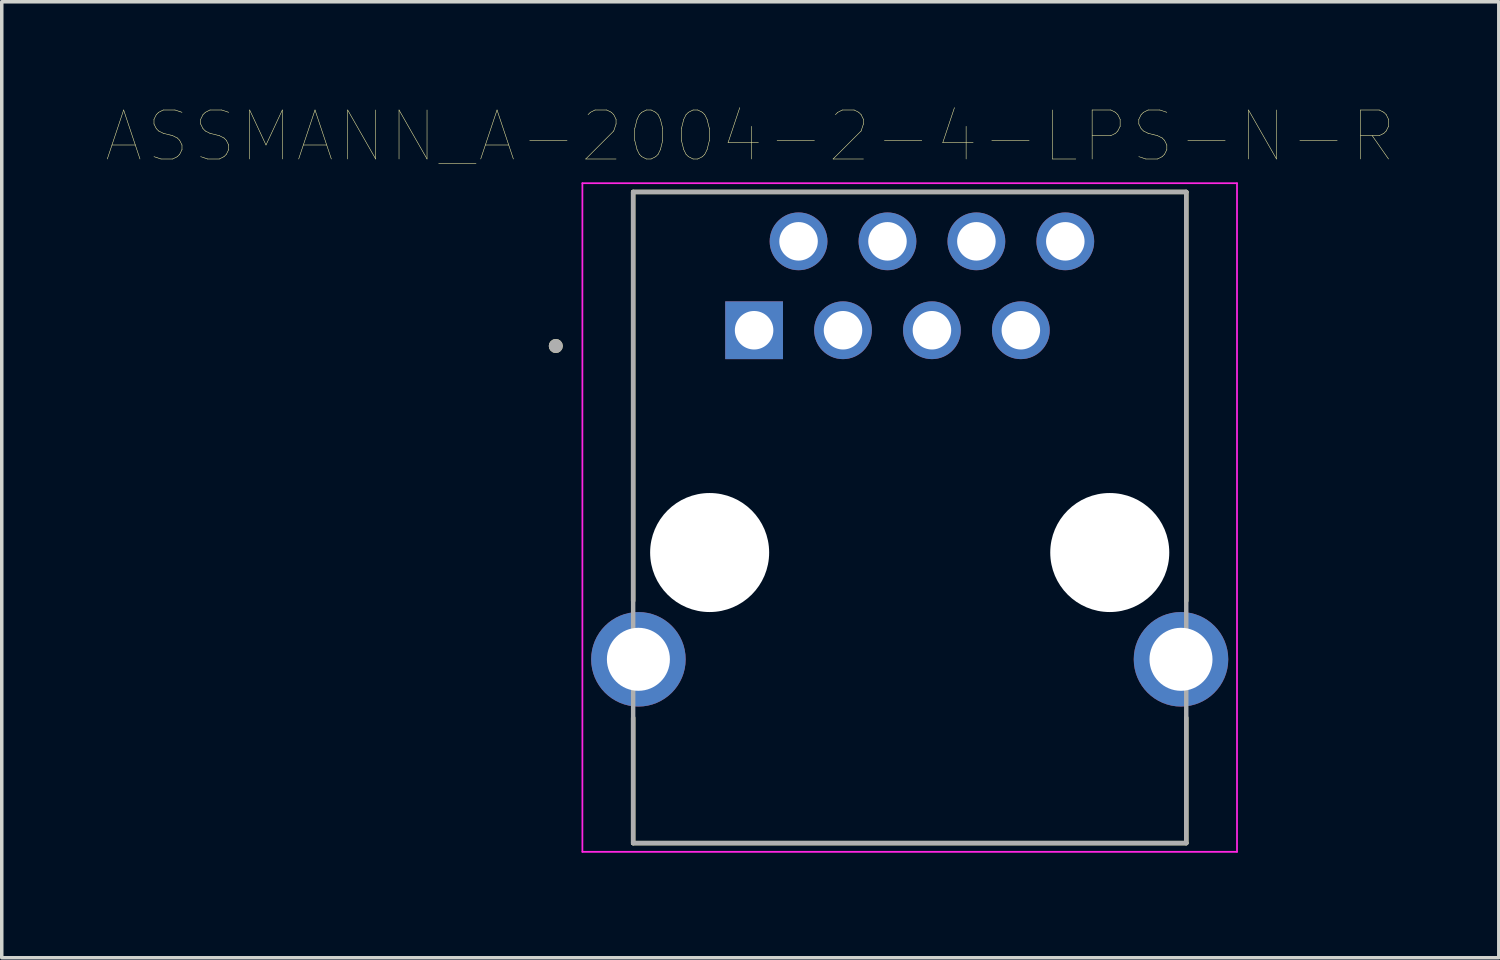
<source format=kicad_pcb>
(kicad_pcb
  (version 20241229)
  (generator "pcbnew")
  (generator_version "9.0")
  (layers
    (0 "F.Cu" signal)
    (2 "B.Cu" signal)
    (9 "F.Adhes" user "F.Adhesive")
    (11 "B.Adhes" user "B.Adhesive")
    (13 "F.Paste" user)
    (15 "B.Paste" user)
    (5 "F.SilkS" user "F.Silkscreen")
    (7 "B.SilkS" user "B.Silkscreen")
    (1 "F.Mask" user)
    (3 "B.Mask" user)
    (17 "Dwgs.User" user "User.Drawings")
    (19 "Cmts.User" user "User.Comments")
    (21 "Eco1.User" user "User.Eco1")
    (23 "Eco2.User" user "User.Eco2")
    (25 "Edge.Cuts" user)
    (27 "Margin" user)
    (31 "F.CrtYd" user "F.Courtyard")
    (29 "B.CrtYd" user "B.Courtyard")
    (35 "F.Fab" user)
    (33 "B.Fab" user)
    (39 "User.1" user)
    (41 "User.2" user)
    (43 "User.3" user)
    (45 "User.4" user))
  (footprint "ASSMANN_A-2004-2-4-LPS-N-R"
    (layer "F.Cu")
    (at 22.937 12.734)
    (property "Reference" "ASSMANN_A-2004-2-4-LPS-N-R" (at -4.555 -11.889 0) (layer "F.SilkS") (effects (font (size 1.4 1.4) (thickness 0.015))))
    (attr through_hole)
    (fp_line (start -7.9 -10.3) (end 7.9 -10.3) (stroke (width 0.127) (type solid)) (layer "F.SilkS"))
    (fp_line (start -7.9 1.38) (end -7.9 -10.3) (stroke (width 0.127) (type solid)) (layer "F.SilkS"))
    (fp_line (start -7.9 8.3) (end -7.9 4.72) (stroke (width 0.127) (type solid)) (layer "F.SilkS"))
    (fp_line (start 7.9 -10.3) (end 7.9 1.38) (stroke (width 0.127) (type solid)) (layer "F.SilkS"))
    (fp_line (start 7.9 4.72) (end 7.9 8.3) (stroke (width 0.127) (type solid)) (layer "F.SilkS"))
    (fp_line (start 7.9 8.3) (end -7.9 8.3) (stroke (width 0.127) (type solid)) (layer "F.SilkS"))
    (fp_circle (center -10.11 -5.9) (end -10.01 -5.9) (stroke (width 0.2) (type solid)) (fill no) (layer "F.SilkS"))
    (fp_line (start -9.35 -10.55) (end -9.35 8.55) (stroke (width 0.05) (type solid)) (layer "F.CrtYd"))
    (fp_line (start -9.35 8.55) (end 9.35 8.55) (stroke (width 0.05) (type solid)) (layer "F.CrtYd"))
    (fp_line (start 9.35 -10.55) (end -9.35 -10.55) (stroke (width 0.05) (type solid)) (layer "F.CrtYd"))
    (fp_line (start 9.35 8.55) (end 9.35 -10.55) (stroke (width 0.05) (type solid)) (layer "F.CrtYd"))
    (fp_line (start -7.9 -10.3) (end 7.9 -10.3) (stroke (width 0.127) (type solid)) (layer "F.Fab"))
    (fp_line (start -7.9 8.3) (end -7.9 -10.3) (stroke (width 0.127) (type solid)) (layer "F.Fab"))
    (fp_line (start 7.9 -10.3) (end 7.9 8.3) (stroke (width 0.127) (type solid)) (layer "F.Fab"))
    (fp_line (start 7.9 8.3) (end -7.9 8.3) (stroke (width 0.127) (type solid)) (layer "F.Fab"))
    (fp_circle (center -10.11 -5.9) (end -10.01 -5.9) (stroke (width 0.2) (type solid)) (fill no) (layer "F.Fab"))
    (pad "" np_thru_hole circle (at -5.715 0) (size 3.4 3.4) (drill 3.4) (layers "*.Cu" "*.Mask"))
    (pad "" np_thru_hole circle (at 5.715 0) (size 3.4 3.4) (drill 3.4) (layers "*.Cu" "*.Mask"))
    (pad "1" thru_hole rect (at -4.445 -6.35) (size 1.65 1.65) (drill 1.1) (layers "*.Cu" "*.Mask"))
    (pad "2" thru_hole circle (at -3.175 -8.89) (size 1.65 1.65) (drill 1.1) (layers "*.Cu" "*.Mask"))
    (pad "3" thru_hole circle (at -1.905 -6.35) (size 1.65 1.65) (drill 1.1) (layers "*.Cu" "*.Mask"))
    (pad "4" thru_hole circle (at -0.635 -8.89) (size 1.65 1.65) (drill 1.1) (layers "*.Cu" "*.Mask"))
    (pad "5" thru_hole circle (at 0.635 -6.35) (size 1.65 1.65) (drill 1.1) (layers "*.Cu" "*.Mask"))
    (pad "6" thru_hole circle (at 1.905 -8.89) (size 1.65 1.65) (drill 1.1) (layers "*.Cu" "*.Mask"))
    (pad "7" thru_hole circle (at 3.175 -6.35) (size 1.65 1.65) (drill 1.1) (layers "*.Cu" "*.Mask"))
    (pad "8" thru_hole circle (at 4.445 -8.89) (size 1.65 1.65) (drill 1.1) (layers "*.Cu" "*.Mask"))
    (pad "SH" thru_hole circle (at -7.75 3.05) (size 2.7 2.7) (drill 1.8) (layers "*.Cu" "*.Mask"))
    (pad "SH" thru_hole circle (at 7.75 3.05) (size 2.7 2.7) (drill 1.8) (layers "*.Cu" "*.Mask")))
  (gr_rect
    (start -3 -3)
    (end 39.765 24.309)
    (stroke (width 0.1) (type default))
    (fill no)
    (layer "Edge.Cuts")))
</source>
